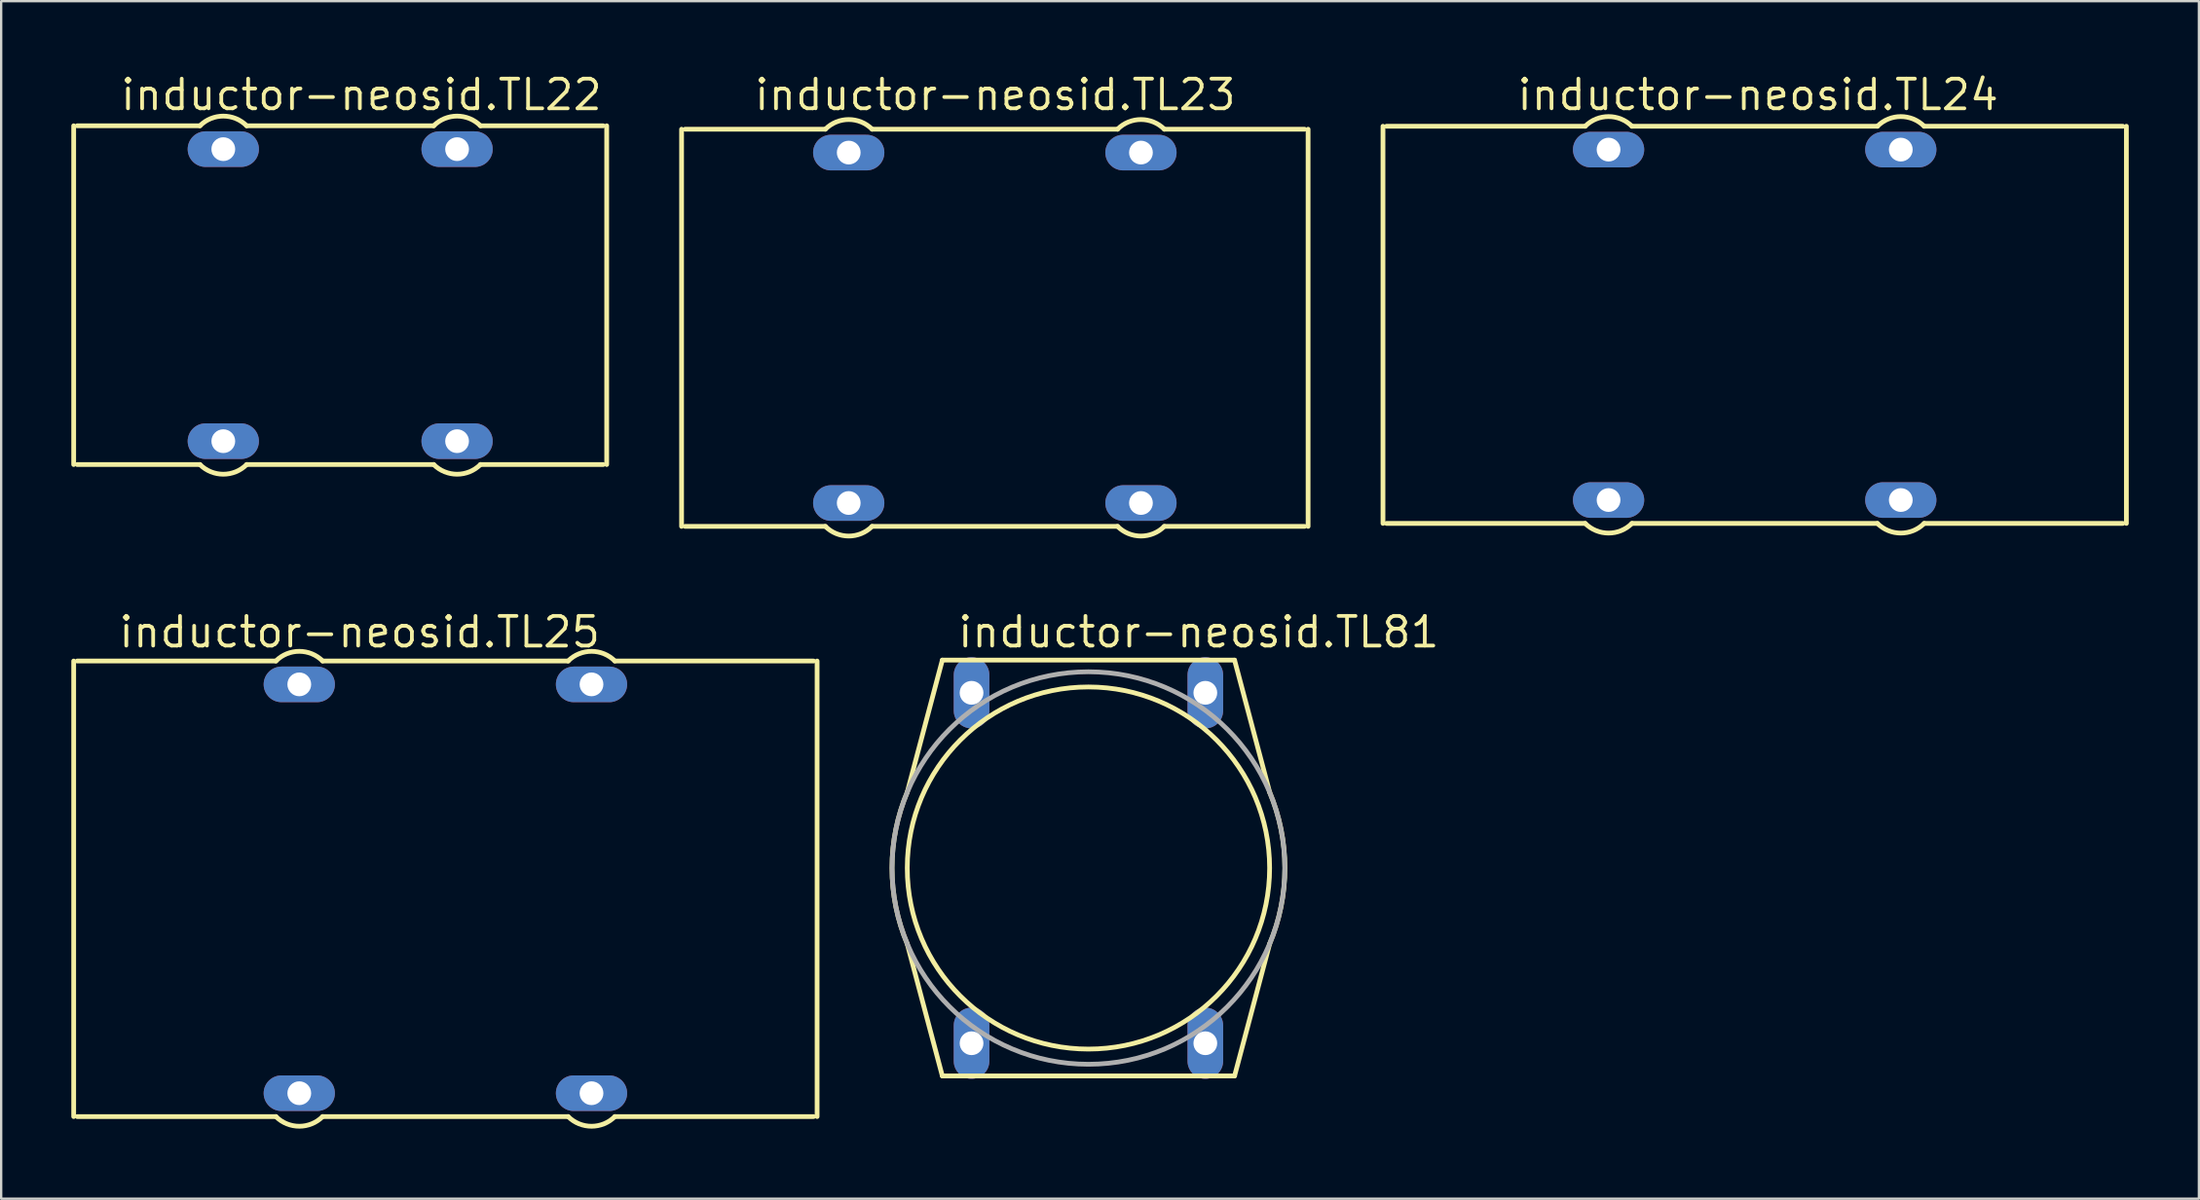
<source format=kicad_pcb>
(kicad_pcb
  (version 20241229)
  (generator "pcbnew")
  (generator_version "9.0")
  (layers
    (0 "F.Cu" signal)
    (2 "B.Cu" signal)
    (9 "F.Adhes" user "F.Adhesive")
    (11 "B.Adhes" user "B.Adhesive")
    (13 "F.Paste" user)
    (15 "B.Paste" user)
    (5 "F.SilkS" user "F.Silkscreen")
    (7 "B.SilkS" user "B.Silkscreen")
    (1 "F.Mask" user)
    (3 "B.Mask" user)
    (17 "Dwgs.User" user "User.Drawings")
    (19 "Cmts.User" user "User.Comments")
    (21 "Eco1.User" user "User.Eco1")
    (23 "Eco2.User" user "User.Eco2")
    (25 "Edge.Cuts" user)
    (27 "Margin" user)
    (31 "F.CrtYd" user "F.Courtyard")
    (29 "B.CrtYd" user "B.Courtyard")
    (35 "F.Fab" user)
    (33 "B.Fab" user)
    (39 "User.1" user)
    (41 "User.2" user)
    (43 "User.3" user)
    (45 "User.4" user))
  (footprint "inductor-neosid.TL81"
    (layer "F.Cu")
    (at 43.509 34.105)
    (property "Reference" "inductor-neosid.TL81" (at -5.675 -9.358 0) (layer "F.SilkS") (effects (font (size 1.27 1.27) (thickness 0.16)) (justify left bottom)))
    (attr through_hole)
    (fp_line (start -7.75 -3.25) (end -6.25 -8.9) (stroke (width 0.203) (type default)) (layer "F.SilkS"))
    (fp_line (start -6.25 -8.9) (end 6.25 -8.9) (stroke (width 0.203) (type default)) (layer "F.SilkS"))
    (fp_line (start -6.25 8.9) (end -7.75 3.25) (stroke (width 0.203) (type default)) (layer "F.SilkS"))
    (fp_line (start 6.25 -8.9) (end 7.75 -3.25) (stroke (width 0.203) (type default)) (layer "F.SilkS"))
    (fp_line (start 6.25 8.9) (end -6.25 8.9) (stroke (width 0.203) (type default)) (layer "F.SilkS"))
    (fp_line (start 7.75 3.25) (end 6.25 8.9) (stroke (width 0.203) (type default)) (layer "F.SilkS"))
    (fp_arc (start -7.75 3.25) (mid -8.403868 0) (end -7.75 -3.25) (stroke (width 0.2032) (type default)) (layer "F.SilkS"))
    (fp_arc (start 7.75 -3.25) (mid 8.403868 0) (end 7.75 3.25) (stroke (width 0.2032) (type default)) (layer "F.SilkS"))
    (fp_circle (center 0 0) (end 7.75 0) (stroke (width 0.203) (type default)) (fill no) (layer "F.SilkS"))
    (fp_circle (center 0 0) (end 8.4 0) (stroke (width 0.203) (type default)) (fill no) (layer "F.Fab"))
    (pad "1" thru_hole oval (at -5 -7.5 90) (size 3.048 1.524) (drill 1.016) (layers "*.Cu" "*.Mask"))
    (pad "2" thru_hole oval (at -5 7.5 90) (size 3.048 1.524) (drill 1.016) (layers "*.Cu" "*.Mask"))
    (pad "3" thru_hole oval (at 5 7.5 90) (size 3.048 1.524) (drill 1.016) (layers "*.Cu" "*.Mask"))
    (pad "4" thru_hole oval (at 5 -7.5 90) (size 3.048 1.524) (drill 1.016) (layers "*.Cu" "*.Mask")))
  (footprint "inductor-neosid.TL25"
    (layer "F.Cu")
    (at 16.002 34.994)
    (property "Reference" "inductor-neosid.TL25" (at -14.057 -10.247 0) (layer "F.SilkS") (effects (font (size 1.27 1.27) (thickness 0.16)) (justify left bottom)))
    (attr through_hole)
    (fp_line (start -15.9 9.75) (end -15.9 -9.75) (stroke (width 0.203) (type default)) (layer "F.SilkS"))
    (fp_line (start -15.75 -9.75) (end -7.25 -9.75) (stroke (width 0.203) (type default)) (layer "F.SilkS"))
    (fp_line (start -7.25 9.75) (end -15.75 9.75) (stroke (width 0.203) (type default)) (layer "F.SilkS"))
    (fp_line (start -5.25 -9.75) (end 5.25 -9.75) (stroke (width 0.203) (type default)) (layer "F.SilkS"))
    (fp_line (start 5.25 9.75) (end -5.25 9.75) (stroke (width 0.203) (type default)) (layer "F.SilkS"))
    (fp_line (start 7.25 -9.75) (end 15.75 -9.75) (stroke (width 0.203) (type default)) (layer "F.SilkS"))
    (fp_line (start 15.75 9.75) (end 7.25 9.75) (stroke (width 0.203) (type default)) (layer "F.SilkS"))
    (fp_line (start 15.9 -9.75) (end 15.9 9.75) (stroke (width 0.203) (type default)) (layer "F.SilkS"))
    (fp_arc (start -7.25 -9.75) (mid -6.25 -10.164214) (end -5.25 -9.75) (stroke (width 0.2032) (type default)) (layer "F.SilkS"))
    (fp_arc (start -5.25 9.75) (mid -6.25 10.164214) (end -7.25 9.75) (stroke (width 0.2032) (type default)) (layer "F.SilkS"))
    (fp_arc (start 5.25 -9.75) (mid 6.25 -10.164214) (end 7.25 -9.75) (stroke (width 0.2032) (type default)) (layer "F.SilkS"))
    (fp_arc (start 7.25 9.75) (mid 6.25 10.164214) (end 5.25 9.75) (stroke (width 0.2032) (type default)) (layer "F.SilkS"))
    (pad "1" thru_hole oval (at -6.25 -8.75) (size 3.048 1.524) (drill 1.016) (layers "*.Cu" "*.Mask"))
    (pad "2" thru_hole oval (at -6.25 8.75) (size 3.048 1.524) (drill 1.016) (layers "*.Cu" "*.Mask"))
    (pad "3" thru_hole oval (at 6.25 8.75) (size 3.048 1.524) (drill 1.016) (layers "*.Cu" "*.Mask"))
    (pad "4" thru_hole oval (at 6.25 -8.75) (size 3.048 1.524) (drill 1.016) (layers "*.Cu" "*.Mask")))
  (footprint "inductor-neosid.TL24"
    (layer "F.Cu")
    (at 72.008 10.854)
    (property "Reference" "inductor-neosid.TL24" (at -10.247 -9.104 0) (layer "F.SilkS") (effects (font (size 1.27 1.27) (thickness 0.16)) (justify left bottom)))
    (attr through_hole)
    (fp_line (start -15.9 8.5) (end -15.9 -8.5) (stroke (width 0.203) (type default)) (layer "F.SilkS"))
    (fp_line (start -15.75 -8.5) (end -7.25 -8.5) (stroke (width 0.203) (type default)) (layer "F.SilkS"))
    (fp_line (start -7.25 8.5) (end -15.75 8.5) (stroke (width 0.203) (type default)) (layer "F.SilkS"))
    (fp_line (start -5.25 -8.5) (end 5.25 -8.5) (stroke (width 0.203) (type default)) (layer "F.SilkS"))
    (fp_line (start 5.25 8.5) (end -5.25 8.5) (stroke (width 0.203) (type default)) (layer "F.SilkS"))
    (fp_line (start 7.25 -8.5) (end 15.75 -8.5) (stroke (width 0.203) (type default)) (layer "F.SilkS"))
    (fp_line (start 15.75 8.5) (end 7.25 8.5) (stroke (width 0.203) (type default)) (layer "F.SilkS"))
    (fp_line (start 15.9 -8.5) (end 15.9 8.5) (stroke (width 0.203) (type default)) (layer "F.SilkS"))
    (fp_arc (start -7.25 -8.5) (mid -6.25 -8.914214) (end -5.25 -8.5) (stroke (width 0.2032) (type default)) (layer "F.SilkS"))
    (fp_arc (start -5.25 8.5) (mid -6.25 8.914214) (end -7.25 8.5) (stroke (width 0.2032) (type default)) (layer "F.SilkS"))
    (fp_arc (start 5.25 -8.5) (mid 6.25 -8.914214) (end 7.25 -8.5) (stroke (width 0.2032) (type default)) (layer "F.SilkS"))
    (fp_arc (start 7.25 8.5) (mid 6.25 8.914214) (end 5.25 8.5) (stroke (width 0.2032) (type default)) (layer "F.SilkS"))
    (pad "1" thru_hole oval (at -6.25 -7.5) (size 3.048 1.524) (drill 1.016) (layers "*.Cu" "*.Mask"))
    (pad "2" thru_hole oval (at -6.25 7.5) (size 3.048 1.524) (drill 1.016) (layers "*.Cu" "*.Mask"))
    (pad "3" thru_hole oval (at 6.25 7.5) (size 3.048 1.524) (drill 1.016) (layers "*.Cu" "*.Mask"))
    (pad "4" thru_hole oval (at 6.25 -7.5) (size 3.048 1.524) (drill 1.016) (layers "*.Cu" "*.Mask")))
  (footprint "inductor-neosid.TL22"
    (layer "F.Cu")
    (at 11.502 9.584)
    (property "Reference" "inductor-neosid.TL22" (at -9.485 -7.834 0) (layer "F.SilkS") (effects (font (size 1.27 1.27) (thickness 0.16)) (justify left bottom)))
    (attr through_hole)
    (fp_line (start -11.4 7.25) (end -11.4 -7.25) (stroke (width 0.203) (type default)) (layer "F.SilkS"))
    (fp_line (start -11.25 -7.25) (end -6 -7.25) (stroke (width 0.203) (type default)) (layer "F.SilkS"))
    (fp_line (start -6 7.25) (end -11.25 7.25) (stroke (width 0.203) (type default)) (layer "F.SilkS"))
    (fp_line (start -4 -7.25) (end 4 -7.25) (stroke (width 0.203) (type default)) (layer "F.SilkS"))
    (fp_line (start 4 7.25) (end -4 7.25) (stroke (width 0.203) (type default)) (layer "F.SilkS"))
    (fp_line (start 6 -7.25) (end 11.25 -7.25) (stroke (width 0.203) (type default)) (layer "F.SilkS"))
    (fp_line (start 11.25 7.25) (end 6 7.25) (stroke (width 0.203) (type default)) (layer "F.SilkS"))
    (fp_line (start 11.4 -7.25) (end 11.4 7.25) (stroke (width 0.203) (type default)) (layer "F.SilkS"))
    (fp_arc (start -6 -7.25) (mid -5 -7.664214) (end -4 -7.25) (stroke (width 0.2032) (type default)) (layer "F.SilkS"))
    (fp_arc (start -4 7.25) (mid -5 7.664214) (end -6 7.25) (stroke (width 0.2032) (type default)) (layer "F.SilkS"))
    (fp_arc (start 4 -7.25) (mid 5 -7.664214) (end 6 -7.25) (stroke (width 0.2032) (type default)) (layer "F.SilkS"))
    (fp_arc (start 6 7.25) (mid 5 7.664214) (end 4 7.25) (stroke (width 0.2032) (type default)) (layer "F.SilkS"))
    (pad "1" thru_hole oval (at -5 -6.25) (size 3.048 1.524) (drill 1.016) (layers "*.Cu" "*.Mask"))
    (pad "2" thru_hole oval (at -5 6.25) (size 3.048 1.524) (drill 1.016) (layers "*.Cu" "*.Mask"))
    (pad "3" thru_hole oval (at 5 6.25) (size 3.048 1.524) (drill 1.016) (layers "*.Cu" "*.Mask"))
    (pad "4" thru_hole oval (at 5 -6.25) (size 3.048 1.524) (drill 1.016) (layers "*.Cu" "*.Mask")))
  (footprint "inductor-neosid.TL23"
    (layer "F.Cu")
    (at 39.505 10.981)
    (property "Reference" "inductor-neosid.TL23" (at -10.374 -9.231 0) (layer "F.SilkS") (effects (font (size 1.27 1.27) (thickness 0.16)) (justify left bottom)))
    (attr through_hole)
    (fp_line (start -13.4 8.5) (end -13.4 -8.5) (stroke (width 0.203) (type default)) (layer "F.SilkS"))
    (fp_line (start -13.25 -8.5) (end -7.25 -8.5) (stroke (width 0.203) (type default)) (layer "F.SilkS"))
    (fp_line (start -7.25 8.5) (end -13.25 8.5) (stroke (width 0.203) (type default)) (layer "F.SilkS"))
    (fp_line (start -5.25 -8.5) (end 5.25 -8.5) (stroke (width 0.203) (type default)) (layer "F.SilkS"))
    (fp_line (start 5.25 8.5) (end -5.25 8.5) (stroke (width 0.203) (type default)) (layer "F.SilkS"))
    (fp_line (start 7.25 -8.5) (end 13.25 -8.5) (stroke (width 0.203) (type default)) (layer "F.SilkS"))
    (fp_line (start 13.25 8.5) (end 7.25 8.5) (stroke (width 0.203) (type default)) (layer "F.SilkS"))
    (fp_line (start 13.4 -8.5) (end 13.4 8.5) (stroke (width 0.203) (type default)) (layer "F.SilkS"))
    (fp_arc (start -7.25 -8.5) (mid -6.25 -8.914214) (end -5.25 -8.5) (stroke (width 0.2032) (type default)) (layer "F.SilkS"))
    (fp_arc (start -5.25 8.5) (mid -6.25 8.914214) (end -7.25 8.5) (stroke (width 0.2032) (type default)) (layer "F.SilkS"))
    (fp_arc (start 5.25 -8.5) (mid 6.25 -8.914214) (end 7.25 -8.5) (stroke (width 0.2032) (type default)) (layer "F.SilkS"))
    (fp_arc (start 7.25 8.5) (mid 6.25 8.914214) (end 5.25 8.5) (stroke (width 0.2032) (type default)) (layer "F.SilkS"))
    (pad "1" thru_hole oval (at -6.25 -7.5) (size 3.048 1.524) (drill 1.016) (layers "*.Cu" "*.Mask"))
    (pad "2" thru_hole oval (at -6.25 7.5) (size 3.048 1.524) (drill 1.016) (layers "*.Cu" "*.Mask"))
    (pad "3" thru_hole oval (at 6.25 7.5) (size 3.048 1.524) (drill 1.016) (layers "*.Cu" "*.Mask"))
    (pad "4" thru_hole oval (at 6.25 -7.5) (size 3.048 1.524) (drill 1.016) (layers "*.Cu" "*.Mask")))
  (gr_rect
    (start -3 -3)
    (end 91.01 48.26)
    (stroke (width 0.1) (type default))
    (fill no)
    (layer "Edge.Cuts")))
</source>
